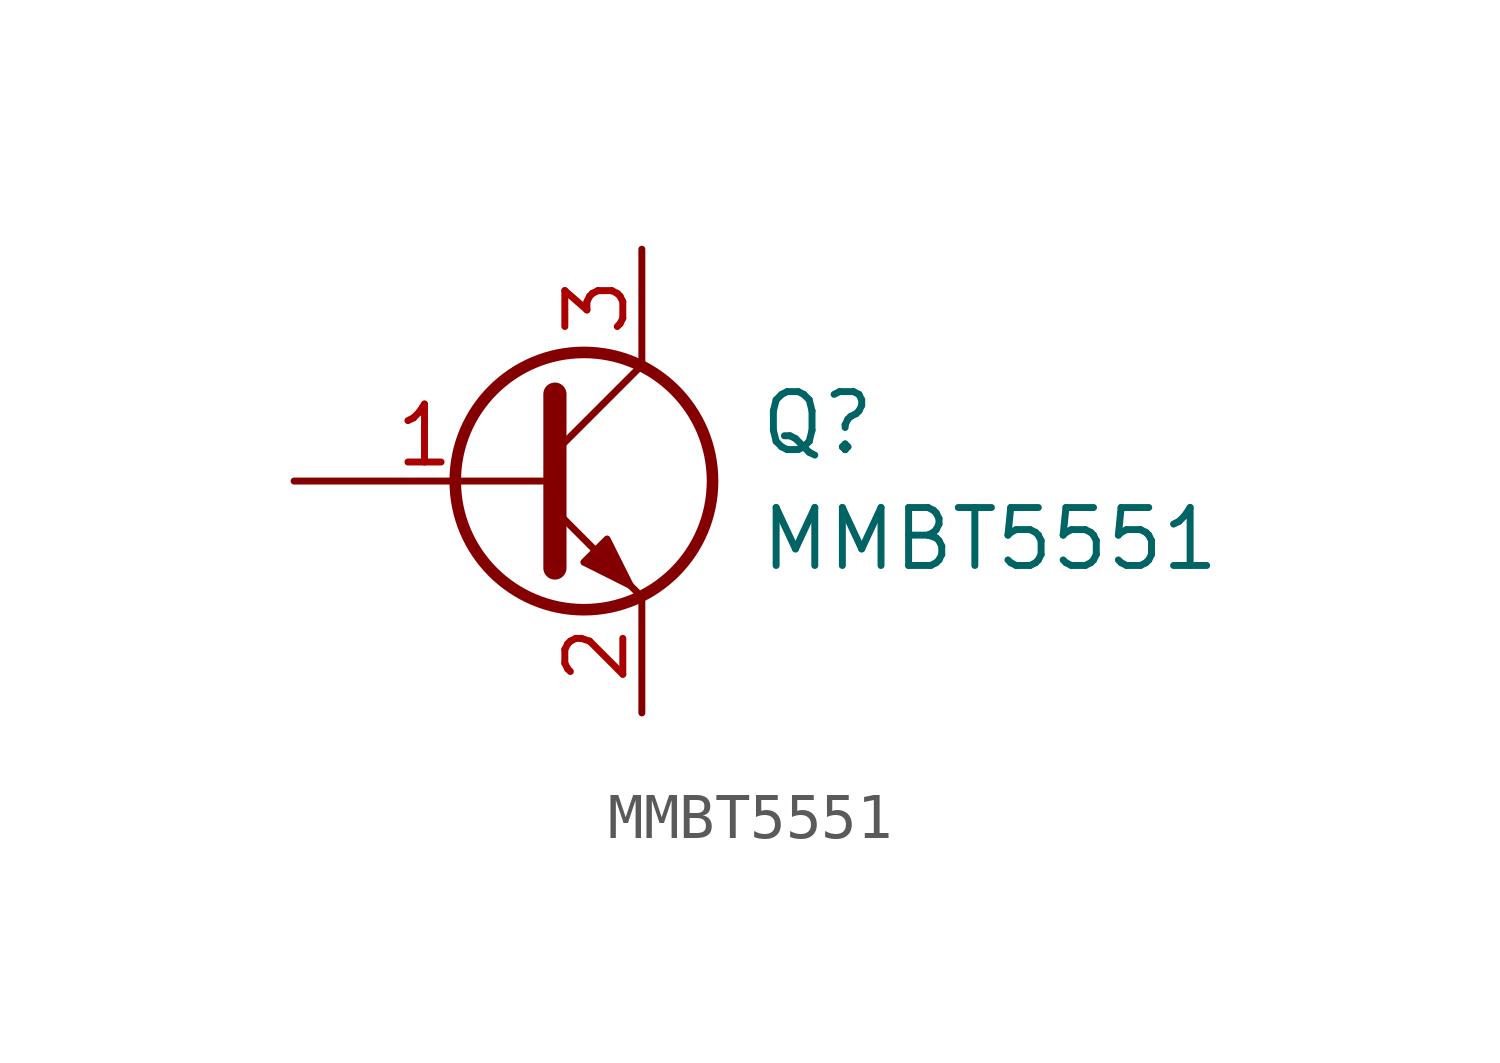
<source format=kicad_sym>
(kicad_symbol_lib
  (version 20241209)
  (generator "kicad_symbol_editor")
  (generator_version "9.0")
  (symbol "MMBT5551"
    (pin_names
      (hide yes))
    (property "Reference" "Q"
      (at 5.08 1.27 0)
      (effects (font (size 1.27 1.27)) (justify left)))
    (property "Value" "MMBT5551"
      (at 5.08 -1.27 0)
      (effects (font (size 1.27 1.27)) (justify left)))
    (symbol "MMBT5551_0_1"
      (polyline (pts (xy 0.635 1.905) (xy 0.635 -1.905) (xy 0.635 -1.905)) (stroke (width 0.508) (type default)) (fill (type none)))
      (polyline (pts (xy 0.635 0.635) (xy 2.54 2.54)) (stroke (width 0) (type default)) (fill (type none)))
      (polyline (pts (xy 0.635 -0.635) (xy 2.54 -2.54) (xy 2.54 -2.54)) (stroke (width 0) (type default)) (fill (type none)))
      (circle (center 1.27 0) (radius 2.819) (stroke (width 0.254) (type default)) (fill (type none)))
      (polyline (pts (xy 1.27 -1.778) (xy 1.778 -1.27) (xy 2.286 -2.286) (xy 1.27 -1.778) (xy 1.27 -1.778)) (stroke (width 0) (type default)) (fill (type outline))))
    (symbol "MMBT5551_1_1"
      (pin input line (at -5.08 0 0) (length 5.715) (name "B" (effects (font (size 1.27 1.27)))) (number "1" (effects (font (size 1.27 1.27)))))
      (pin passive line (at 2.54 5.08 270) (length 2.54) (name "C" (effects (font (size 1.27 1.27)))) (number "3" (effects (font (size 1.27 1.27)))))
      (pin passive line (at 2.54 -5.08 90) (length 2.54) (name "E" (effects (font (size 1.27 1.27)))) (number "2" (effects (font (size 1.27 1.27))))))))
</source>
